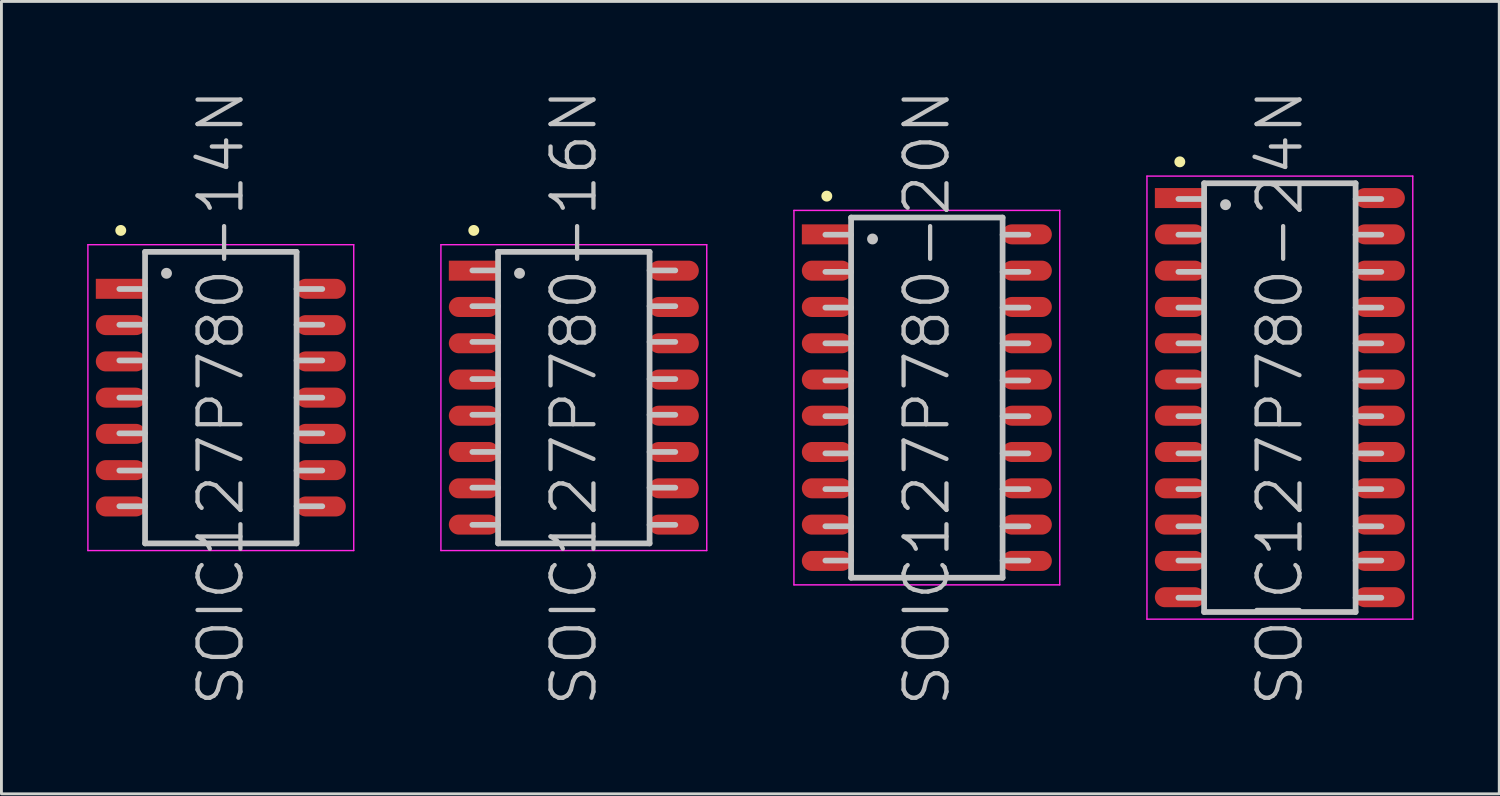
<source format=kicad_pcb>
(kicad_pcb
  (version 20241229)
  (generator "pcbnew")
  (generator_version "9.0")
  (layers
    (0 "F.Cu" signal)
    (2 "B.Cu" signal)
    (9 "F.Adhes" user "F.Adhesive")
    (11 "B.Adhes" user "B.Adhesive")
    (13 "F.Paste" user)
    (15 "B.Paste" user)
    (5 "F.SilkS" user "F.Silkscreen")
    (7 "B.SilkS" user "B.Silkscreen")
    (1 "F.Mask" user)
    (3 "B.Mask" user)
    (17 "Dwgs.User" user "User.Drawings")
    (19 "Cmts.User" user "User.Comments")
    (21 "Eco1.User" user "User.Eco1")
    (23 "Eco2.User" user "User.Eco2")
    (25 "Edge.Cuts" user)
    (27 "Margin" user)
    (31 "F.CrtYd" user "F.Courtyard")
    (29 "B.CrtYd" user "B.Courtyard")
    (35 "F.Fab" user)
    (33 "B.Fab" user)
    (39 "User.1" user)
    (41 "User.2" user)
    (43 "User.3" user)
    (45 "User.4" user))
  (footprint "SOIC127P780-24N"
    (layer "F.Cu")
    (at 41.725 10.861)
    (property "Reference" "SOIC127P780-24N" (at 0 0 90) (layer "Dwgs.User") (effects (font (size 1.5 1.5) (thickness 0.15))))
    (attr smd)
    (fp_line (start -3.5 -8.25) (end -3.5 -8.25) (stroke (width 0.381) (type solid)) (layer "F.SilkS"))
    (fp_line (start -2.65 -7.5) (end -2.65 7.5) (stroke (width 0.2) (type solid)) (layer "Dwgs.User"))
    (fp_line (start -2.65 -7.5) (end 2.65 -7.5) (stroke (width 0.2) (type solid)) (layer "Dwgs.User"))
    (fp_line (start -2.65 -6.95) (end -3.55 -6.95) (stroke (width 0.2) (type solid)) (layer "Dwgs.User"))
    (fp_line (start -2.65 -5.7) (end -3.55 -5.7) (stroke (width 0.2) (type solid)) (layer "Dwgs.User"))
    (fp_line (start -2.65 -4.4) (end -3.55 -4.4) (stroke (width 0.2) (type solid)) (layer "Dwgs.User"))
    (fp_line (start -2.65 -3.15) (end -3.55 -3.15) (stroke (width 0.2) (type solid)) (layer "Dwgs.User"))
    (fp_line (start -2.65 -1.9) (end -3.55 -1.9) (stroke (width 0.2) (type solid)) (layer "Dwgs.User"))
    (fp_line (start -2.65 -0.6) (end -3.55 -0.6) (stroke (width 0.2) (type solid)) (layer "Dwgs.User"))
    (fp_line (start -2.65 0.65) (end -3.55 0.65) (stroke (width 0.2) (type solid)) (layer "Dwgs.User"))
    (fp_line (start -2.65 1.95) (end -3.55 1.95) (stroke (width 0.2) (type solid)) (layer "Dwgs.User"))
    (fp_line (start -2.65 3.2) (end -3.55 3.2) (stroke (width 0.2) (type solid)) (layer "Dwgs.User"))
    (fp_line (start -2.65 4.5) (end -3.55 4.5) (stroke (width 0.2) (type solid)) (layer "Dwgs.User"))
    (fp_line (start -2.65 5.7) (end -3.55 5.7) (stroke (width 0.2) (type solid)) (layer "Dwgs.User"))
    (fp_line (start -2.65 7) (end -3.55 7) (stroke (width 0.2) (type solid)) (layer "Dwgs.User"))
    (fp_line (start -2.65 7.5) (end 2.65 7.5) (stroke (width 0.2) (type solid)) (layer "Dwgs.User"))
    (fp_line (start -1.9 -6.75) (end -1.9 -6.75) (stroke (width 0.381) (type solid)) (layer "Dwgs.User"))
    (fp_line (start 2.65 -7.5) (end 2.65 7.5) (stroke (width 0.2) (type solid)) (layer "Dwgs.User"))
    (fp_line (start 3.55 -6.95) (end 2.65 -6.95) (stroke (width 0.2) (type solid)) (layer "Dwgs.User"))
    (fp_line (start 3.55 -5.7) (end 2.65 -5.7) (stroke (width 0.2) (type solid)) (layer "Dwgs.User"))
    (fp_line (start 3.55 -4.4) (end 2.65 -4.4) (stroke (width 0.2) (type solid)) (layer "Dwgs.User"))
    (fp_line (start 3.55 -3.15) (end 2.65 -3.15) (stroke (width 0.2) (type solid)) (layer "Dwgs.User"))
    (fp_line (start 3.55 -1.9) (end 2.65 -1.9) (stroke (width 0.2) (type solid)) (layer "Dwgs.User"))
    (fp_line (start 3.55 -0.6) (end 2.65 -0.6) (stroke (width 0.2) (type solid)) (layer "Dwgs.User"))
    (fp_line (start 3.55 0.65) (end 2.65 0.65) (stroke (width 0.2) (type solid)) (layer "Dwgs.User"))
    (fp_line (start 3.55 1.95) (end 2.65 1.95) (stroke (width 0.2) (type solid)) (layer "Dwgs.User"))
    (fp_line (start 3.55 3.2) (end 2.65 3.2) (stroke (width 0.2) (type solid)) (layer "Dwgs.User"))
    (fp_line (start 3.55 4.5) (end 2.65 4.5) (stroke (width 0.2) (type solid)) (layer "Dwgs.User"))
    (fp_line (start 3.55 5.7) (end 2.65 5.7) (stroke (width 0.2) (type solid)) (layer "Dwgs.User"))
    (fp_line (start 3.55 7) (end 2.65 7) (stroke (width 0.2) (type solid)) (layer "Dwgs.User"))
    (fp_line (start -4.65 -7.75) (end -4.65 7.75) (stroke (width 0.05) (type solid)) (layer "F.CrtYd"))
    (fp_line (start -4.65 -7.75) (end 4.65 -7.75) (stroke (width 0.05) (type solid)) (layer "F.CrtYd"))
    (fp_line (start -4.65 7.75) (end 4.65 7.75) (stroke (width 0.05) (type solid)) (layer "F.CrtYd"))
    (fp_line (start 4.65 -7.75) (end 4.65 7.75) (stroke (width 0.05) (type solid)) (layer "F.CrtYd"))
    (pad "1" smd rect (at -3.498 -6.982 90) (size 0.7 1.75) (layers "F.Cu" "F.Mask" "F.Paste"))
    (pad "2" smd oval (at -3.498 -5.712 90) (size 0.7 1.75) (layers "F.Cu" "F.Mask" "F.Paste"))
    (pad "3" smd oval (at -3.498 -4.442 90) (size 0.7 1.75) (layers "F.Cu" "F.Mask" "F.Paste"))
    (pad "4" smd oval (at -3.498 -3.172 90) (size 0.7 1.75) (layers "F.Cu" "F.Mask" "F.Paste"))
    (pad "5" smd oval (at -3.498 -1.902 90) (size 0.7 1.75) (layers "F.Cu" "F.Mask" "F.Paste"))
    (pad "6" smd oval (at -3.498 -0.632 90) (size 0.7 1.75) (layers "F.Cu" "F.Mask" "F.Paste"))
    (pad "7" smd oval (at -3.498 0.632 90) (size 0.7 1.75) (layers "F.Cu" "F.Mask" "F.Paste"))
    (pad "8" smd oval (at -3.498 1.902 90) (size 0.7 1.75) (layers "F.Cu" "F.Mask" "F.Paste"))
    (pad "9" smd oval (at -3.498 3.172 90) (size 0.7 1.75) (layers "F.Cu" "F.Mask" "F.Paste"))
    (pad "10" smd oval (at -3.498 4.442 90) (size 0.7 1.75) (layers "F.Cu" "F.Mask" "F.Paste"))
    (pad "11" smd oval (at -3.498 5.712 90) (size 0.7 1.75) (layers "F.Cu" "F.Mask" "F.Paste"))
    (pad "12" smd oval (at -3.498 6.982 90) (size 0.7 1.75) (layers "F.Cu" "F.Mask" "F.Paste"))
    (pad "13" smd oval (at 3.498 6.982 270) (size 0.7 1.75) (layers "F.Cu" "F.Mask" "F.Paste"))
    (pad "14" smd oval (at 3.498 5.712 270) (size 0.7 1.75) (layers "F.Cu" "F.Mask" "F.Paste"))
    (pad "15" smd oval (at 3.498 4.442 270) (size 0.7 1.75) (layers "F.Cu" "F.Mask" "F.Paste"))
    (pad "16" smd oval (at 3.498 3.172 270) (size 0.7 1.75) (layers "F.Cu" "F.Mask" "F.Paste"))
    (pad "17" smd oval (at 3.498 1.902 270) (size 0.7 1.75) (layers "F.Cu" "F.Mask" "F.Paste"))
    (pad "18" smd oval (at 3.498 0.632 270) (size 0.7 1.75) (layers "F.Cu" "F.Mask" "F.Paste"))
    (pad "19" smd oval (at 3.498 -0.632 270) (size 0.7 1.75) (layers "F.Cu" "F.Mask" "F.Paste"))
    (pad "20" smd oval (at 3.498 -1.902 270) (size 0.7 1.75) (layers "F.Cu" "F.Mask" "F.Paste"))
    (pad "21" smd oval (at 3.498 -3.172 270) (size 0.7 1.75) (layers "F.Cu" "F.Mask" "F.Paste"))
    (pad "22" smd oval (at 3.498 -4.442 270) (size 0.7 1.75) (layers "F.Cu" "F.Mask" "F.Paste"))
    (pad "23" smd oval (at 3.498 -5.712 270) (size 0.7 1.75) (layers "F.Cu" "F.Mask" "F.Paste"))
    (pad "24" smd oval (at 3.498 -6.982 270) (size 0.7 1.75) (layers "F.Cu" "F.Mask" "F.Paste")))
  (footprint "SOIC127P780-20N"
    (layer "F.Cu")
    (at 29.375 10.861)
    (property "Reference" "SOIC127P780-20N" (at 0 0 90) (layer "Dwgs.User") (effects (font (size 1.5 1.5) (thickness 0.15))))
    (attr smd)
    (fp_line (start -3.5 -7.05) (end -3.5 -7.05) (stroke (width 0.381) (type solid)) (layer "F.SilkS"))
    (fp_line (start -2.65 -6.3) (end -2.65 6.3) (stroke (width 0.2) (type solid)) (layer "Dwgs.User"))
    (fp_line (start -2.65 -6.3) (end 2.65 -6.3) (stroke (width 0.2) (type solid)) (layer "Dwgs.User"))
    (fp_line (start -2.65 -5.7) (end -3.55 -5.7) (stroke (width 0.2) (type solid)) (layer "Dwgs.User"))
    (fp_line (start -2.65 -4.4) (end -3.55 -4.4) (stroke (width 0.2) (type solid)) (layer "Dwgs.User"))
    (fp_line (start -2.65 -3.15) (end -3.55 -3.15) (stroke (width 0.2) (type solid)) (layer "Dwgs.User"))
    (fp_line (start -2.65 -1.9) (end -3.55 -1.9) (stroke (width 0.2) (type solid)) (layer "Dwgs.User"))
    (fp_line (start -2.65 -0.6) (end -3.55 -0.6) (stroke (width 0.2) (type solid)) (layer "Dwgs.User"))
    (fp_line (start -2.65 0.65) (end -3.55 0.65) (stroke (width 0.2) (type solid)) (layer "Dwgs.User"))
    (fp_line (start -2.65 1.95) (end -3.55 1.95) (stroke (width 0.2) (type solid)) (layer "Dwgs.User"))
    (fp_line (start -2.65 3.2) (end -3.55 3.2) (stroke (width 0.2) (type solid)) (layer "Dwgs.User"))
    (fp_line (start -2.65 4.5) (end -3.55 4.5) (stroke (width 0.2) (type solid)) (layer "Dwgs.User"))
    (fp_line (start -2.65 5.7) (end -3.55 5.7) (stroke (width 0.2) (type solid)) (layer "Dwgs.User"))
    (fp_line (start -2.65 6.3) (end 2.65 6.3) (stroke (width 0.2) (type solid)) (layer "Dwgs.User"))
    (fp_line (start -1.9 -5.55) (end -1.9 -5.55) (stroke (width 0.381) (type solid)) (layer "Dwgs.User"))
    (fp_line (start 2.65 -6.3) (end 2.65 6.3) (stroke (width 0.2) (type solid)) (layer "Dwgs.User"))
    (fp_line (start 3.55 -5.7) (end 2.65 -5.7) (stroke (width 0.2) (type solid)) (layer "Dwgs.User"))
    (fp_line (start 3.55 -4.4) (end 2.65 -4.4) (stroke (width 0.2) (type solid)) (layer "Dwgs.User"))
    (fp_line (start 3.55 -3.15) (end 2.65 -3.15) (stroke (width 0.2) (type solid)) (layer "Dwgs.User"))
    (fp_line (start 3.55 -1.9) (end 2.65 -1.9) (stroke (width 0.2) (type solid)) (layer "Dwgs.User"))
    (fp_line (start 3.55 -0.6) (end 2.65 -0.6) (stroke (width 0.2) (type solid)) (layer "Dwgs.User"))
    (fp_line (start 3.55 0.65) (end 2.65 0.65) (stroke (width 0.2) (type solid)) (layer "Dwgs.User"))
    (fp_line (start 3.55 1.95) (end 2.65 1.95) (stroke (width 0.2) (type solid)) (layer "Dwgs.User"))
    (fp_line (start 3.55 3.2) (end 2.65 3.2) (stroke (width 0.2) (type solid)) (layer "Dwgs.User"))
    (fp_line (start 3.55 4.5) (end 2.65 4.5) (stroke (width 0.2) (type solid)) (layer "Dwgs.User"))
    (fp_line (start 3.55 5.7) (end 2.65 5.7) (stroke (width 0.2) (type solid)) (layer "Dwgs.User"))
    (fp_line (start -4.65 -6.55) (end -4.65 6.55) (stroke (width 0.05) (type solid)) (layer "F.CrtYd"))
    (fp_line (start -4.65 -6.55) (end 4.65 -6.55) (stroke (width 0.05) (type solid)) (layer "F.CrtYd"))
    (fp_line (start -4.65 6.55) (end 4.65 6.55) (stroke (width 0.05) (type solid)) (layer "F.CrtYd"))
    (fp_line (start 4.65 -6.55) (end 4.65 6.55) (stroke (width 0.05) (type solid)) (layer "F.CrtYd"))
    (pad "1" smd rect (at -3.498 -5.712 90) (size 0.7 1.75) (layers "F.Cu" "F.Mask" "F.Paste"))
    (pad "2" smd oval (at -3.498 -4.442 90) (size 0.7 1.75) (layers "F.Cu" "F.Mask" "F.Paste"))
    (pad "3" smd oval (at -3.498 -3.172 90) (size 0.7 1.75) (layers "F.Cu" "F.Mask" "F.Paste"))
    (pad "4" smd oval (at -3.498 -1.902 90) (size 0.7 1.75) (layers "F.Cu" "F.Mask" "F.Paste"))
    (pad "5" smd oval (at -3.498 -0.632 90) (size 0.7 1.75) (layers "F.Cu" "F.Mask" "F.Paste"))
    (pad "6" smd oval (at -3.498 0.632 90) (size 0.7 1.75) (layers "F.Cu" "F.Mask" "F.Paste"))
    (pad "7" smd oval (at -3.498 1.902 90) (size 0.7 1.75) (layers "F.Cu" "F.Mask" "F.Paste"))
    (pad "8" smd oval (at -3.498 3.172 90) (size 0.7 1.75) (layers "F.Cu" "F.Mask" "F.Paste"))
    (pad "9" smd oval (at -3.498 4.442 90) (size 0.7 1.75) (layers "F.Cu" "F.Mask" "F.Paste"))
    (pad "10" smd oval (at -3.498 5.712 90) (size 0.7 1.75) (layers "F.Cu" "F.Mask" "F.Paste"))
    (pad "11" smd oval (at 3.498 5.712 270) (size 0.7 1.75) (layers "F.Cu" "F.Mask" "F.Paste"))
    (pad "12" smd oval (at 3.498 4.442 270) (size 0.7 1.75) (layers "F.Cu" "F.Mask" "F.Paste"))
    (pad "13" smd oval (at 3.498 3.172 270) (size 0.7 1.75) (layers "F.Cu" "F.Mask" "F.Paste"))
    (pad "14" smd oval (at 3.498 1.902 270) (size 0.7 1.75) (layers "F.Cu" "F.Mask" "F.Paste"))
    (pad "15" smd oval (at 3.498 0.632 270) (size 0.7 1.75) (layers "F.Cu" "F.Mask" "F.Paste"))
    (pad "16" smd oval (at 3.498 -0.632 270) (size 0.7 1.75) (layers "F.Cu" "F.Mask" "F.Paste"))
    (pad "17" smd oval (at 3.498 -1.902 270) (size 0.7 1.75) (layers "F.Cu" "F.Mask" "F.Paste"))
    (pad "18" smd oval (at 3.498 -3.172 270) (size 0.7 1.75) (layers "F.Cu" "F.Mask" "F.Paste"))
    (pad "19" smd oval (at 3.498 -4.442 270) (size 0.7 1.75) (layers "F.Cu" "F.Mask" "F.Paste"))
    (pad "20" smd oval (at 3.498 -5.712 270) (size 0.7 1.75) (layers "F.Cu" "F.Mask" "F.Paste")))
  (footprint "SOIC127P780-16N"
    (layer "F.Cu")
    (at 17.025 10.861)
    (property "Reference" "SOIC127P780-16N" (at 0 0 90) (layer "Dwgs.User") (effects (font (size 1.5 1.5) (thickness 0.15))))
    (attr smd)
    (fp_line (start -3.5 -5.85) (end -3.5 -5.85) (stroke (width 0.381) (type solid)) (layer "F.SilkS"))
    (fp_line (start -2.65 -5.1) (end -2.65 5.1) (stroke (width 0.2) (type solid)) (layer "Dwgs.User"))
    (fp_line (start -2.65 -5.1) (end 2.65 -5.1) (stroke (width 0.2) (type solid)) (layer "Dwgs.User"))
    (fp_line (start -2.65 -4.45) (end -3.55 -4.45) (stroke (width 0.2) (type solid)) (layer "Dwgs.User"))
    (fp_line (start -2.65 -3.2) (end -3.55 -3.2) (stroke (width 0.2) (type solid)) (layer "Dwgs.User"))
    (fp_line (start -2.65 -1.95) (end -3.55 -1.95) (stroke (width 0.2) (type solid)) (layer "Dwgs.User"))
    (fp_line (start -2.65 -0.65) (end -3.55 -0.65) (stroke (width 0.2) (type solid)) (layer "Dwgs.User"))
    (fp_line (start -2.65 0.6) (end -3.55 0.6) (stroke (width 0.2) (type solid)) (layer "Dwgs.User"))
    (fp_line (start -2.65 1.9) (end -3.55 1.9) (stroke (width 0.2) (type solid)) (layer "Dwgs.User"))
    (fp_line (start -2.65 3.15) (end -3.55 3.15) (stroke (width 0.2) (type solid)) (layer "Dwgs.User"))
    (fp_line (start -2.65 4.45) (end -3.55 4.45) (stroke (width 0.2) (type solid)) (layer "Dwgs.User"))
    (fp_line (start -2.65 5.1) (end 2.65 5.1) (stroke (width 0.2) (type solid)) (layer "Dwgs.User"))
    (fp_line (start -1.9 -4.35) (end -1.9 -4.35) (stroke (width 0.381) (type solid)) (layer "Dwgs.User"))
    (fp_line (start 2.65 -5.1) (end 2.65 5.1) (stroke (width 0.2) (type solid)) (layer "Dwgs.User"))
    (fp_line (start 3.55 -4.45) (end 2.65 -4.45) (stroke (width 0.2) (type solid)) (layer "Dwgs.User"))
    (fp_line (start 3.55 -3.2) (end 2.65 -3.2) (stroke (width 0.2) (type solid)) (layer "Dwgs.User"))
    (fp_line (start 3.55 -1.95) (end 2.65 -1.95) (stroke (width 0.2) (type solid)) (layer "Dwgs.User"))
    (fp_line (start 3.55 -0.65) (end 2.65 -0.65) (stroke (width 0.2) (type solid)) (layer "Dwgs.User"))
    (fp_line (start 3.55 0.6) (end 2.65 0.6) (stroke (width 0.2) (type solid)) (layer "Dwgs.User"))
    (fp_line (start 3.55 1.9) (end 2.65 1.9) (stroke (width 0.2) (type solid)) (layer "Dwgs.User"))
    (fp_line (start 3.55 3.15) (end 2.65 3.15) (stroke (width 0.2) (type solid)) (layer "Dwgs.User"))
    (fp_line (start 3.55 4.45) (end 2.65 4.45) (stroke (width 0.2) (type solid)) (layer "Dwgs.User"))
    (fp_line (start -4.65 -5.35) (end -4.65 5.35) (stroke (width 0.05) (type solid)) (layer "F.CrtYd"))
    (fp_line (start -4.65 -5.35) (end 4.65 -5.35) (stroke (width 0.05) (type solid)) (layer "F.CrtYd"))
    (fp_line (start -4.65 5.35) (end 4.65 5.35) (stroke (width 0.05) (type solid)) (layer "F.CrtYd"))
    (fp_line (start 4.65 -5.35) (end 4.65 5.35) (stroke (width 0.05) (type solid)) (layer "F.CrtYd"))
    (pad "1" smd rect (at -3.498 -4.442 90) (size 0.7 1.75) (layers "F.Cu" "F.Mask" "F.Paste"))
    (pad "2" smd oval (at -3.498 -3.172 90) (size 0.7 1.75) (layers "F.Cu" "F.Mask" "F.Paste"))
    (pad "3" smd oval (at -3.498 -1.902 90) (size 0.7 1.75) (layers "F.Cu" "F.Mask" "F.Paste"))
    (pad "4" smd oval (at -3.498 -0.632 90) (size 0.7 1.75) (layers "F.Cu" "F.Mask" "F.Paste"))
    (pad "5" smd oval (at -3.498 0.632 90) (size 0.7 1.75) (layers "F.Cu" "F.Mask" "F.Paste"))
    (pad "6" smd oval (at -3.498 1.902 90) (size 0.7 1.75) (layers "F.Cu" "F.Mask" "F.Paste"))
    (pad "7" smd oval (at -3.498 3.172 90) (size 0.7 1.75) (layers "F.Cu" "F.Mask" "F.Paste"))
    (pad "8" smd oval (at -3.498 4.442 90) (size 0.7 1.75) (layers "F.Cu" "F.Mask" "F.Paste"))
    (pad "9" smd oval (at 3.498 4.442 270) (size 0.7 1.75) (layers "F.Cu" "F.Mask" "F.Paste"))
    (pad "10" smd oval (at 3.498 3.172 270) (size 0.7 1.75) (layers "F.Cu" "F.Mask" "F.Paste"))
    (pad "11" smd oval (at 3.498 1.902 270) (size 0.7 1.75) (layers "F.Cu" "F.Mask" "F.Paste"))
    (pad "12" smd oval (at 3.498 0.632 270) (size 0.7 1.75) (layers "F.Cu" "F.Mask" "F.Paste"))
    (pad "13" smd oval (at 3.498 -0.632 270) (size 0.7 1.75) (layers "F.Cu" "F.Mask" "F.Paste"))
    (pad "14" smd oval (at 3.498 -1.902 270) (size 0.7 1.75) (layers "F.Cu" "F.Mask" "F.Paste"))
    (pad "15" smd oval (at 3.498 -3.172 270) (size 0.7 1.75) (layers "F.Cu" "F.Mask" "F.Paste"))
    (pad "16" smd oval (at 3.498 -4.442 270) (size 0.7 1.75) (layers "F.Cu" "F.Mask" "F.Paste")))
  (footprint "SOIC127P780-14N"
    (layer "F.Cu")
    (at 4.675 10.861)
    (property "Reference" "SOIC127P780-14N" (at 0 0 90) (layer "Dwgs.User") (effects (font (size 1.5 1.5) (thickness 0.15))))
    (attr smd)
    (fp_line (start -3.5 -5.85) (end -3.5 -5.85) (stroke (width 0.381) (type solid)) (layer "F.SilkS"))
    (fp_line (start -2.65 -5.1) (end -2.65 5.1) (stroke (width 0.2) (type solid)) (layer "Dwgs.User"))
    (fp_line (start -2.65 -5.1) (end 2.65 -5.1) (stroke (width 0.2) (type solid)) (layer "Dwgs.User"))
    (fp_line (start -2.65 -3.8) (end -3.55 -3.8) (stroke (width 0.2) (type solid)) (layer "Dwgs.User"))
    (fp_line (start -2.65 -2.55) (end -3.55 -2.55) (stroke (width 0.2) (type solid)) (layer "Dwgs.User"))
    (fp_line (start -2.65 -1.3) (end -3.55 -1.3) (stroke (width 0.2) (type solid)) (layer "Dwgs.User"))
    (fp_line (start -2.65 0) (end -3.55 0) (stroke (width 0.2) (type solid)) (layer "Dwgs.User"))
    (fp_line (start -2.65 1.25) (end -3.55 1.25) (stroke (width 0.2) (type solid)) (layer "Dwgs.User"))
    (fp_line (start -2.65 2.55) (end -3.55 2.55) (stroke (width 0.2) (type solid)) (layer "Dwgs.User"))
    (fp_line (start -2.65 3.8) (end -3.55 3.8) (stroke (width 0.2) (type solid)) (layer "Dwgs.User"))
    (fp_line (start -2.65 5.1) (end 2.65 5.1) (stroke (width 0.2) (type solid)) (layer "Dwgs.User"))
    (fp_line (start -1.9 -4.35) (end -1.9 -4.35) (stroke (width 0.381) (type solid)) (layer "Dwgs.User"))
    (fp_line (start 2.65 -5.1) (end 2.65 5.1) (stroke (width 0.2) (type solid)) (layer "Dwgs.User"))
    (fp_line (start 3.55 -3.8) (end 2.65 -3.8) (stroke (width 0.2) (type solid)) (layer "Dwgs.User"))
    (fp_line (start 3.55 -2.55) (end 2.65 -2.55) (stroke (width 0.2) (type solid)) (layer "Dwgs.User"))
    (fp_line (start 3.55 -1.3) (end 2.65 -1.3) (stroke (width 0.2) (type solid)) (layer "Dwgs.User"))
    (fp_line (start 3.55 0) (end 2.65 0) (stroke (width 0.2) (type solid)) (layer "Dwgs.User"))
    (fp_line (start 3.55 1.25) (end 2.65 1.25) (stroke (width 0.2) (type solid)) (layer "Dwgs.User"))
    (fp_line (start 3.55 2.55) (end 2.65 2.55) (stroke (width 0.2) (type solid)) (layer "Dwgs.User"))
    (fp_line (start 3.55 3.8) (end 2.65 3.8) (stroke (width 0.2) (type solid)) (layer "Dwgs.User"))
    (fp_line (start -4.65 -5.35) (end -4.65 5.35) (stroke (width 0.05) (type solid)) (layer "F.CrtYd"))
    (fp_line (start -4.65 -5.35) (end 4.65 -5.35) (stroke (width 0.05) (type solid)) (layer "F.CrtYd"))
    (fp_line (start -4.65 5.35) (end 4.65 5.35) (stroke (width 0.05) (type solid)) (layer "F.CrtYd"))
    (fp_line (start 4.65 -5.35) (end 4.65 5.35) (stroke (width 0.05) (type solid)) (layer "F.CrtYd"))
    (pad "1" smd rect (at -3.498 -3.807 90) (size 0.7 1.75) (layers "F.Cu" "F.Mask" "F.Paste"))
    (pad "2" smd oval (at -3.498 -2.537 90) (size 0.7 1.75) (layers "F.Cu" "F.Mask" "F.Paste"))
    (pad "3" smd oval (at -3.498 -1.267 90) (size 0.7 1.75) (layers "F.Cu" "F.Mask" "F.Paste"))
    (pad "4" smd oval (at -3.498 0 90) (size 0.7 1.75) (layers "F.Cu" "F.Mask" "F.Paste"))
    (pad "5" smd oval (at -3.498 1.267 90) (size 0.7 1.75) (layers "F.Cu" "F.Mask" "F.Paste"))
    (pad "6" smd oval (at -3.498 2.537 90) (size 0.7 1.75) (layers "F.Cu" "F.Mask" "F.Paste"))
    (pad "7" smd oval (at -3.498 3.807 90) (size 0.7 1.75) (layers "F.Cu" "F.Mask" "F.Paste"))
    (pad "8" smd oval (at 3.498 3.807 270) (size 0.7 1.75) (layers "F.Cu" "F.Mask" "F.Paste"))
    (pad "9" smd oval (at 3.498 2.537 270) (size 0.7 1.75) (layers "F.Cu" "F.Mask" "F.Paste"))
    (pad "10" smd oval (at 3.498 1.267 270) (size 0.7 1.75) (layers "F.Cu" "F.Mask" "F.Paste"))
    (pad "11" smd oval (at 3.498 0 270) (size 0.7 1.75) (layers "F.Cu" "F.Mask" "F.Paste"))
    (pad "12" smd oval (at 3.498 -1.267 270) (size 0.7 1.75) (layers "F.Cu" "F.Mask" "F.Paste"))
    (pad "13" smd oval (at 3.498 -2.537 270) (size 0.7 1.75) (layers "F.Cu" "F.Mask" "F.Paste"))
    (pad "14" smd oval (at 3.498 -3.807 270) (size 0.7 1.75) (layers "F.Cu" "F.Mask" "F.Paste")))
  (gr_rect
    (start -3 -3)
    (end 49.4 24.721)
    (stroke (width 0.1) (type default))
    (fill no)
    (layer "Edge.Cuts")))
</source>
